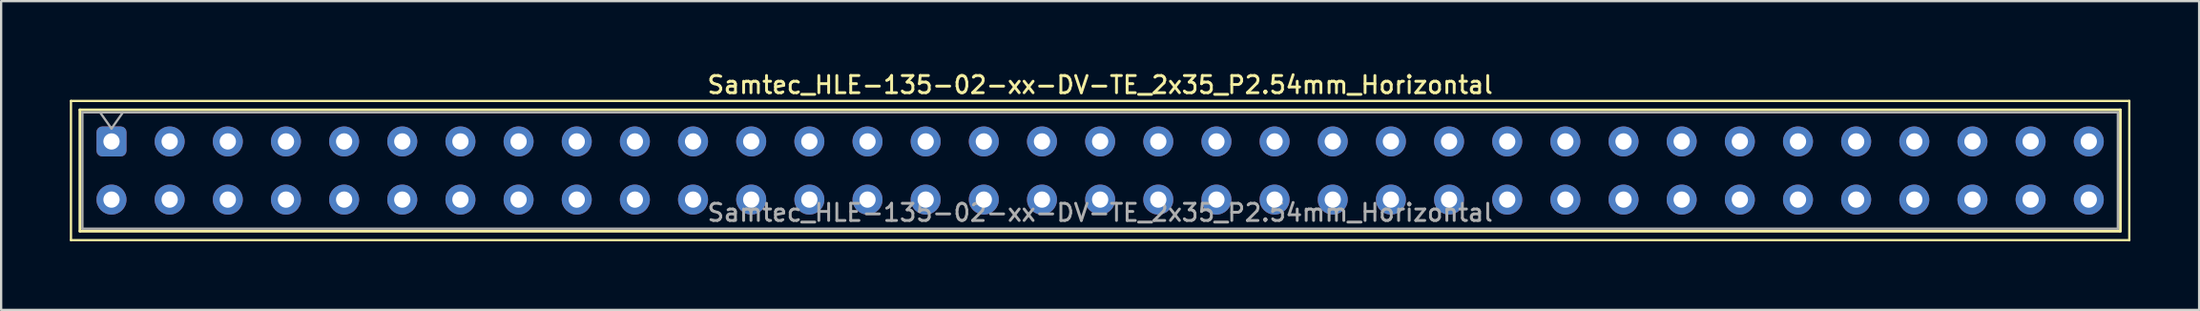
<source format=kicad_pcb>
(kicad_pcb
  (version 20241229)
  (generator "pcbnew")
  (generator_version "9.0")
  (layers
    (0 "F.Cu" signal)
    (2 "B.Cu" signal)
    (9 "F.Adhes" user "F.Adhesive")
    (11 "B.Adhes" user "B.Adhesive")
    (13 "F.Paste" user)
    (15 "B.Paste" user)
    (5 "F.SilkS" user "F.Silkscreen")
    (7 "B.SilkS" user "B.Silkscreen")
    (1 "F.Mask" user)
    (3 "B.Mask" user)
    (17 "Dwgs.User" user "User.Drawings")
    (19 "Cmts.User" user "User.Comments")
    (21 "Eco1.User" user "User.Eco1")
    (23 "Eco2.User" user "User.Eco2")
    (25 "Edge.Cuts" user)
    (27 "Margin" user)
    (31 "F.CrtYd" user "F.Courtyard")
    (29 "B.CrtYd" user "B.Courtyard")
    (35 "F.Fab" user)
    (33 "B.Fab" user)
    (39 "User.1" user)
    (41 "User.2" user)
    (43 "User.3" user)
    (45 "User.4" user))
  (footprint "Samtec_HLE-135-02-xx-DV-TE_2x35_P2.54mm_Horizontal"
    (layer "F.Cu")
    (at 1.82 3.128)
    (property "Reference" "Samtec_HLE-135-02-xx-DV-TE_2x35_P2.54mm_Horizontal" (at 43.18 -2.47 0) (layer "F.SilkS") (effects (font (size 0.75 0.75) (thickness 0.125))))
    (attr through_hole)
    (fp_line (start -1.77 -1.77) (end 88.13 -1.77) (stroke (width 0.1) (type solid)) (layer "F.SilkS"))
    (fp_line (start -1.77 4.31) (end -1.77 -1.77) (stroke (width 0.1) (type solid)) (layer "F.SilkS"))
    (fp_line (start -1.38 -1.38) (end 87.74 -1.38) (stroke (width 0.12) (type solid)) (layer "F.SilkS"))
    (fp_line (start -1.38 3.92) (end -1.38 -1.38) (stroke (width 0.12) (type solid)) (layer "F.SilkS"))
    (fp_line (start 87.74 -1.38) (end 87.74 3.92) (stroke (width 0.12) (type solid)) (layer "F.SilkS"))
    (fp_line (start 87.74 3.92) (end -1.38 3.92) (stroke (width 0.12) (type solid)) (layer "F.SilkS"))
    (fp_line (start 88.13 -1.77) (end 88.13 4.31) (stroke (width 0.1) (type solid)) (layer "F.SilkS"))
    (fp_line (start 88.13 4.31) (end -1.77 4.31) (stroke (width 0.1) (type solid)) (layer "F.SilkS"))
    (fp_line (start -1.27 -1.27) (end 87.63 -1.27) (stroke (width 0.1) (type solid)) (layer "F.Fab"))
    (fp_line (start -1.27 3.81) (end -1.27 -1.27) (stroke (width 0.1) (type solid)) (layer "F.Fab"))
    (fp_line (start -0.5 -1.27) (end 0 -0.563) (stroke (width 0.1) (type solid)) (layer "F.Fab"))
    (fp_line (start 0 -0.563) (end 0.5 -1.27) (stroke (width 0.1) (type solid)) (layer "F.Fab"))
    (fp_line (start 87.63 -1.27) (end 87.63 3.81) (stroke (width 0.1) (type solid)) (layer "F.Fab"))
    (fp_line (start 87.63 3.81) (end -1.27 3.81) (stroke (width 0.1) (type solid)) (layer "F.Fab"))
    (fp_text user "${REFERENCE}" (at 43.18 3.11 0) (layer "F.Fab") (effects (font (size 0.75 0.75) (thickness 0.125))))
    (pad "1" thru_hole roundrect (at 0 0) (size 1.31 1.31) (drill 0.71) (layers "*.Cu" "*.Mask") (roundrect_rratio 0.191))
    (pad "2" thru_hole circle (at 0 2.54) (size 1.31 1.31) (drill 0.71) (layers "*.Cu" "*.Mask"))
    (pad "3" thru_hole circle (at 2.54 0) (size 1.31 1.31) (drill 0.71) (layers "*.Cu" "*.Mask"))
    (pad "4" thru_hole circle (at 2.54 2.54) (size 1.31 1.31) (drill 0.71) (layers "*.Cu" "*.Mask"))
    (pad "5" thru_hole circle (at 5.08 0) (size 1.31 1.31) (drill 0.71) (layers "*.Cu" "*.Mask"))
    (pad "6" thru_hole circle (at 5.08 2.54) (size 1.31 1.31) (drill 0.71) (layers "*.Cu" "*.Mask"))
    (pad "7" thru_hole circle (at 7.62 0) (size 1.31 1.31) (drill 0.71) (layers "*.Cu" "*.Mask"))
    (pad "8" thru_hole circle (at 7.62 2.54) (size 1.31 1.31) (drill 0.71) (layers "*.Cu" "*.Mask"))
    (pad "9" thru_hole circle (at 10.16 0) (size 1.31 1.31) (drill 0.71) (layers "*.Cu" "*.Mask"))
    (pad "10" thru_hole circle (at 10.16 2.54) (size 1.31 1.31) (drill 0.71) (layers "*.Cu" "*.Mask"))
    (pad "11" thru_hole circle (at 12.7 0) (size 1.31 1.31) (drill 0.71) (layers "*.Cu" "*.Mask"))
    (pad "12" thru_hole circle (at 12.7 2.54) (size 1.31 1.31) (drill 0.71) (layers "*.Cu" "*.Mask"))
    (pad "13" thru_hole circle (at 15.24 0) (size 1.31 1.31) (drill 0.71) (layers "*.Cu" "*.Mask"))
    (pad "14" thru_hole circle (at 15.24 2.54) (size 1.31 1.31) (drill 0.71) (layers "*.Cu" "*.Mask"))
    (pad "15" thru_hole circle (at 17.78 0) (size 1.31 1.31) (drill 0.71) (layers "*.Cu" "*.Mask"))
    (pad "16" thru_hole circle (at 17.78 2.54) (size 1.31 1.31) (drill 0.71) (layers "*.Cu" "*.Mask"))
    (pad "17" thru_hole circle (at 20.32 0) (size 1.31 1.31) (drill 0.71) (layers "*.Cu" "*.Mask"))
    (pad "18" thru_hole circle (at 20.32 2.54) (size 1.31 1.31) (drill 0.71) (layers "*.Cu" "*.Mask"))
    (pad "19" thru_hole circle (at 22.86 0) (size 1.31 1.31) (drill 0.71) (layers "*.Cu" "*.Mask"))
    (pad "20" thru_hole circle (at 22.86 2.54) (size 1.31 1.31) (drill 0.71) (layers "*.Cu" "*.Mask"))
    (pad "21" thru_hole circle (at 25.4 0) (size 1.31 1.31) (drill 0.71) (layers "*.Cu" "*.Mask"))
    (pad "22" thru_hole circle (at 25.4 2.54) (size 1.31 1.31) (drill 0.71) (layers "*.Cu" "*.Mask"))
    (pad "23" thru_hole circle (at 27.94 0) (size 1.31 1.31) (drill 0.71) (layers "*.Cu" "*.Mask"))
    (pad "24" thru_hole circle (at 27.94 2.54) (size 1.31 1.31) (drill 0.71) (layers "*.Cu" "*.Mask"))
    (pad "25" thru_hole circle (at 30.48 0) (size 1.31 1.31) (drill 0.71) (layers "*.Cu" "*.Mask"))
    (pad "26" thru_hole circle (at 30.48 2.54) (size 1.31 1.31) (drill 0.71) (layers "*.Cu" "*.Mask"))
    (pad "27" thru_hole circle (at 33.02 0) (size 1.31 1.31) (drill 0.71) (layers "*.Cu" "*.Mask"))
    (pad "28" thru_hole circle (at 33.02 2.54) (size 1.31 1.31) (drill 0.71) (layers "*.Cu" "*.Mask"))
    (pad "29" thru_hole circle (at 35.56 0) (size 1.31 1.31) (drill 0.71) (layers "*.Cu" "*.Mask"))
    (pad "30" thru_hole circle (at 35.56 2.54) (size 1.31 1.31) (drill 0.71) (layers "*.Cu" "*.Mask"))
    (pad "31" thru_hole circle (at 38.1 0) (size 1.31 1.31) (drill 0.71) (layers "*.Cu" "*.Mask"))
    (pad "32" thru_hole circle (at 38.1 2.54) (size 1.31 1.31) (drill 0.71) (layers "*.Cu" "*.Mask"))
    (pad "33" thru_hole circle (at 40.64 0) (size 1.31 1.31) (drill 0.71) (layers "*.Cu" "*.Mask"))
    (pad "34" thru_hole circle (at 40.64 2.54) (size 1.31 1.31) (drill 0.71) (layers "*.Cu" "*.Mask"))
    (pad "35" thru_hole circle (at 43.18 0) (size 1.31 1.31) (drill 0.71) (layers "*.Cu" "*.Mask"))
    (pad "36" thru_hole circle (at 43.18 2.54) (size 1.31 1.31) (drill 0.71) (layers "*.Cu" "*.Mask"))
    (pad "37" thru_hole circle (at 45.72 0) (size 1.31 1.31) (drill 0.71) (layers "*.Cu" "*.Mask"))
    (pad "38" thru_hole circle (at 45.72 2.54) (size 1.31 1.31) (drill 0.71) (layers "*.Cu" "*.Mask"))
    (pad "39" thru_hole circle (at 48.26 0) (size 1.31 1.31) (drill 0.71) (layers "*.Cu" "*.Mask"))
    (pad "40" thru_hole circle (at 48.26 2.54) (size 1.31 1.31) (drill 0.71) (layers "*.Cu" "*.Mask"))
    (pad "41" thru_hole circle (at 50.8 0) (size 1.31 1.31) (drill 0.71) (layers "*.Cu" "*.Mask"))
    (pad "42" thru_hole circle (at 50.8 2.54) (size 1.31 1.31) (drill 0.71) (layers "*.Cu" "*.Mask"))
    (pad "43" thru_hole circle (at 53.34 0) (size 1.31 1.31) (drill 0.71) (layers "*.Cu" "*.Mask"))
    (pad "44" thru_hole circle (at 53.34 2.54) (size 1.31 1.31) (drill 0.71) (layers "*.Cu" "*.Mask"))
    (pad "45" thru_hole circle (at 55.88 0) (size 1.31 1.31) (drill 0.71) (layers "*.Cu" "*.Mask"))
    (pad "46" thru_hole circle (at 55.88 2.54) (size 1.31 1.31) (drill 0.71) (layers "*.Cu" "*.Mask"))
    (pad "47" thru_hole circle (at 58.42 0) (size 1.31 1.31) (drill 0.71) (layers "*.Cu" "*.Mask"))
    (pad "48" thru_hole circle (at 58.42 2.54) (size 1.31 1.31) (drill 0.71) (layers "*.Cu" "*.Mask"))
    (pad "49" thru_hole circle (at 60.96 0) (size 1.31 1.31) (drill 0.71) (layers "*.Cu" "*.Mask"))
    (pad "50" thru_hole circle (at 60.96 2.54) (size 1.31 1.31) (drill 0.71) (layers "*.Cu" "*.Mask"))
    (pad "51" thru_hole circle (at 63.5 0) (size 1.31 1.31) (drill 0.71) (layers "*.Cu" "*.Mask"))
    (pad "52" thru_hole circle (at 63.5 2.54) (size 1.31 1.31) (drill 0.71) (layers "*.Cu" "*.Mask"))
    (pad "53" thru_hole circle (at 66.04 0) (size 1.31 1.31) (drill 0.71) (layers "*.Cu" "*.Mask"))
    (pad "54" thru_hole circle (at 66.04 2.54) (size 1.31 1.31) (drill 0.71) (layers "*.Cu" "*.Mask"))
    (pad "55" thru_hole circle (at 68.58 0) (size 1.31 1.31) (drill 0.71) (layers "*.Cu" "*.Mask"))
    (pad "56" thru_hole circle (at 68.58 2.54) (size 1.31 1.31) (drill 0.71) (layers "*.Cu" "*.Mask"))
    (pad "57" thru_hole circle (at 71.12 0) (size 1.31 1.31) (drill 0.71) (layers "*.Cu" "*.Mask"))
    (pad "58" thru_hole circle (at 71.12 2.54) (size 1.31 1.31) (drill 0.71) (layers "*.Cu" "*.Mask"))
    (pad "59" thru_hole circle (at 73.66 0) (size 1.31 1.31) (drill 0.71) (layers "*.Cu" "*.Mask"))
    (pad "60" thru_hole circle (at 73.66 2.54) (size 1.31 1.31) (drill 0.71) (layers "*.Cu" "*.Mask"))
    (pad "61" thru_hole circle (at 76.2 0) (size 1.31 1.31) (drill 0.71) (layers "*.Cu" "*.Mask"))
    (pad "62" thru_hole circle (at 76.2 2.54) (size 1.31 1.31) (drill 0.71) (layers "*.Cu" "*.Mask"))
    (pad "63" thru_hole circle (at 78.74 0) (size 1.31 1.31) (drill 0.71) (layers "*.Cu" "*.Mask"))
    (pad "64" thru_hole circle (at 78.74 2.54) (size 1.31 1.31) (drill 0.71) (layers "*.Cu" "*.Mask"))
    (pad "65" thru_hole circle (at 81.28 0) (size 1.31 1.31) (drill 0.71) (layers "*.Cu" "*.Mask"))
    (pad "66" thru_hole circle (at 81.28 2.54) (size 1.31 1.31) (drill 0.71) (layers "*.Cu" "*.Mask"))
    (pad "67" thru_hole circle (at 83.82 0) (size 1.31 1.31) (drill 0.71) (layers "*.Cu" "*.Mask"))
    (pad "68" thru_hole circle (at 83.82 2.54) (size 1.31 1.31) (drill 0.71) (layers "*.Cu" "*.Mask"))
    (pad "69" thru_hole circle (at 86.36 0) (size 1.31 1.31) (drill 0.71) (layers "*.Cu" "*.Mask"))
    (pad "70" thru_hole circle (at 86.36 2.54) (size 1.31 1.31) (drill 0.71) (layers "*.Cu" "*.Mask")))
  (gr_rect
    (start -3 -3)
    (end 93 10.488)
    (stroke (width 0.1) (type default))
    (fill no)
    (layer "Edge.Cuts")))
</source>
